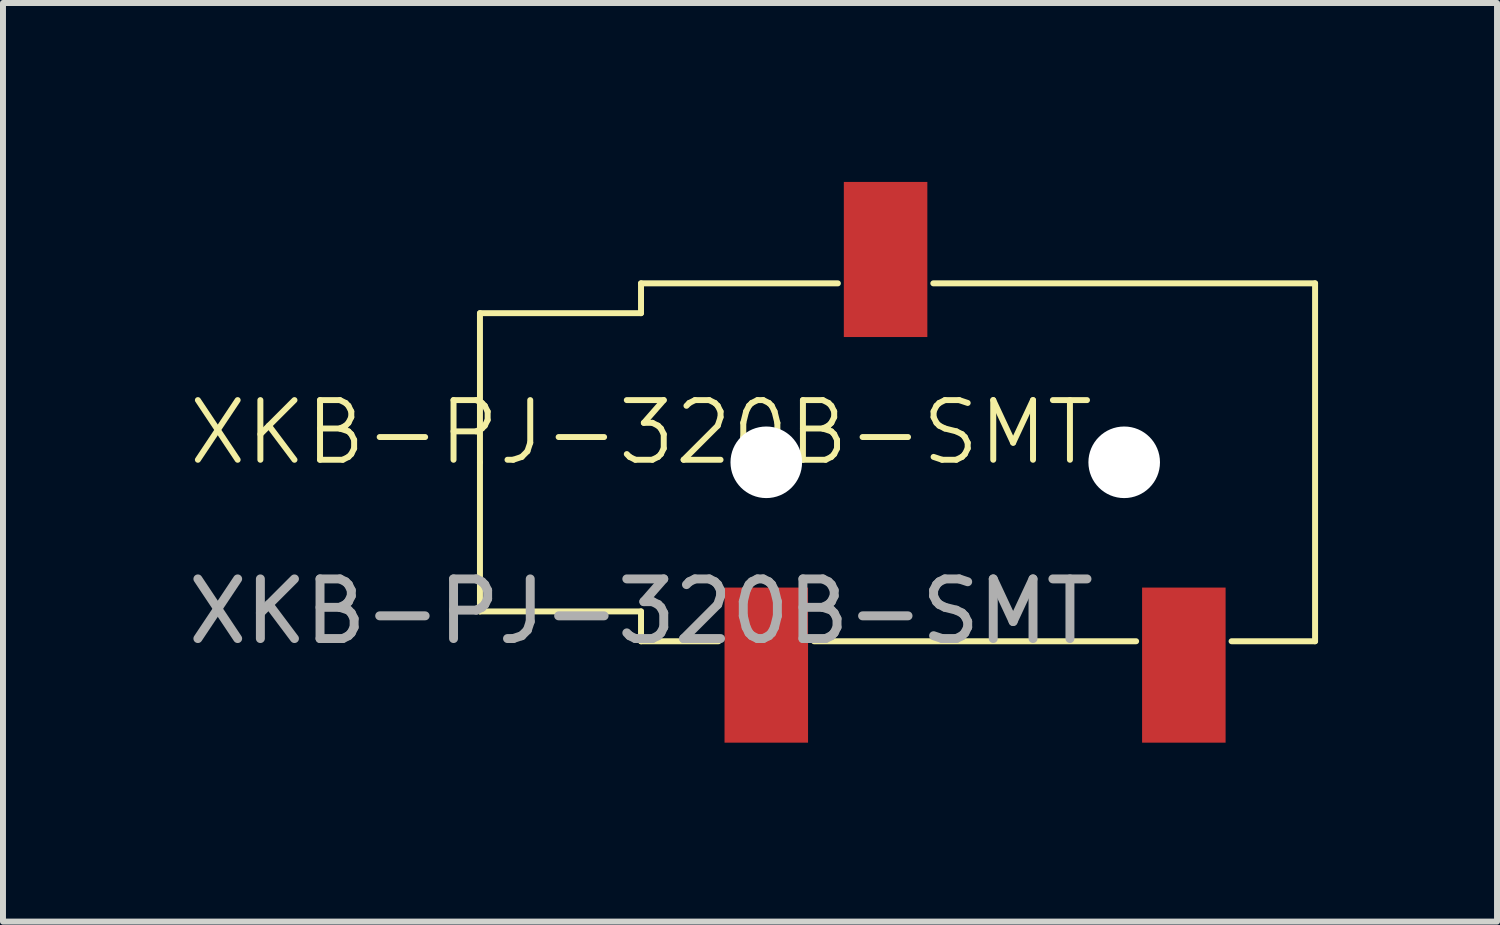
<source format=kicad_pcb>
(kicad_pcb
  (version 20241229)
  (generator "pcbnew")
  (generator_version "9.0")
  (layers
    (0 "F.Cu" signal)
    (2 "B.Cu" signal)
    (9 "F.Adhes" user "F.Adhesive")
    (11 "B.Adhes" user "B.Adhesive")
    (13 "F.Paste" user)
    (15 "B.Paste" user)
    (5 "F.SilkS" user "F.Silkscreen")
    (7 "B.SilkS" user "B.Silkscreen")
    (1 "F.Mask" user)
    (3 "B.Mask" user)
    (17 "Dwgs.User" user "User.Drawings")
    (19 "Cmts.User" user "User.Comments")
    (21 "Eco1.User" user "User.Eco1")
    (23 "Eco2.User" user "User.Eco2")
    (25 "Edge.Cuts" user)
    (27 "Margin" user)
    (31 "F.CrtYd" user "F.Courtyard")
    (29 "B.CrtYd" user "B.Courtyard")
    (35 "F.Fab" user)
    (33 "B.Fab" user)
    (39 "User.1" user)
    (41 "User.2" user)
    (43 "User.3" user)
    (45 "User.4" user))
  (footprint "XKB-PJ-320B-SMT"
    (layer "F.Cu")
    (at 7.696 4.7)
    (property "Reference" "XKB-PJ-320B-SMT" (at 0 -0.5 0) (unlocked yes) (layer "F.SilkS") (effects (font (size 1 1) (thickness 0.1))))
    (attr smd)
    (fp_line (start -2.7 -2.5) (end -2.7 0) (stroke (width 0.1) (type default)) (layer "F.SilkS"))
    (fp_line (start -2.7 -2.5) (end 0 -2.5) (stroke (width 0.1) (type default)) (layer "F.SilkS"))
    (fp_line (start -2.7 0) (end -2.7 2.5) (stroke (width 0.1) (type default)) (layer "F.SilkS"))
    (fp_line (start -2.7 2.5) (end 0 2.5) (stroke (width 0.1) (type default)) (layer "F.SilkS"))
    (fp_line (start 0 -3) (end 0 -2.5) (stroke (width 0.1) (type default)) (layer "F.SilkS"))
    (fp_line (start 0 -3) (end 3.3 -3) (stroke (width 0.1) (type default)) (layer "F.SilkS"))
    (fp_line (start 0 3) (end 0 2.5) (stroke (width 0.1) (type default)) (layer "F.SilkS"))
    (fp_line (start 1.3 3) (end 0 3) (stroke (width 0.1) (type default)) (layer "F.SilkS"))
    (fp_line (start 2.9 3) (end 8.3 3) (stroke (width 0.1) (type default)) (layer "F.SilkS"))
    (fp_line (start 4.9 -3) (end 11.3 -3) (stroke (width 0.1) (type default)) (layer "F.SilkS"))
    (fp_line (start 9.9 3) (end 11.3 3) (stroke (width 0.1) (type default)) (layer "F.SilkS"))
    (fp_line (start 11.3 -3) (end 11.3 3) (stroke (width 0.1) (type default)) (layer "F.SilkS"))
    (fp_text user "${REFERENCE}" (at 0 2.5 0) (unlocked yes) (layer "F.Fab") (effects (font (size 1 1) (thickness 0.15))))
    (pad "" np_thru_hole circle (at 2.1 0) (size 1.2 1.2) (drill 1.2) (layers "*.Cu" "*.Mask"))
    (pad "" np_thru_hole circle (at 8.1 0) (size 1.2 1.2) (drill 1.2) (layers "*.Cu" "*.Mask"))
    (pad "R" smd rect (at 4.1 -3.4 90) (size 2.6 1.4) (layers "F.Cu" "F.Mask" "F.Paste"))
    (pad "S" smd rect (at 2.1 3.4 90) (size 2.6 1.4) (layers "F.Cu" "F.Mask" "F.Paste"))
    (pad "T" smd rect (at 9.1 3.4 90) (size 2.6 1.4) (layers "F.Cu" "F.Mask" "F.Paste")))
  (gr_rect
    (start -3 -3)
    (end 22.046 12.4)
    (stroke (width 0.1) (type default))
    (fill no)
    (layer "Edge.Cuts")))
</source>
